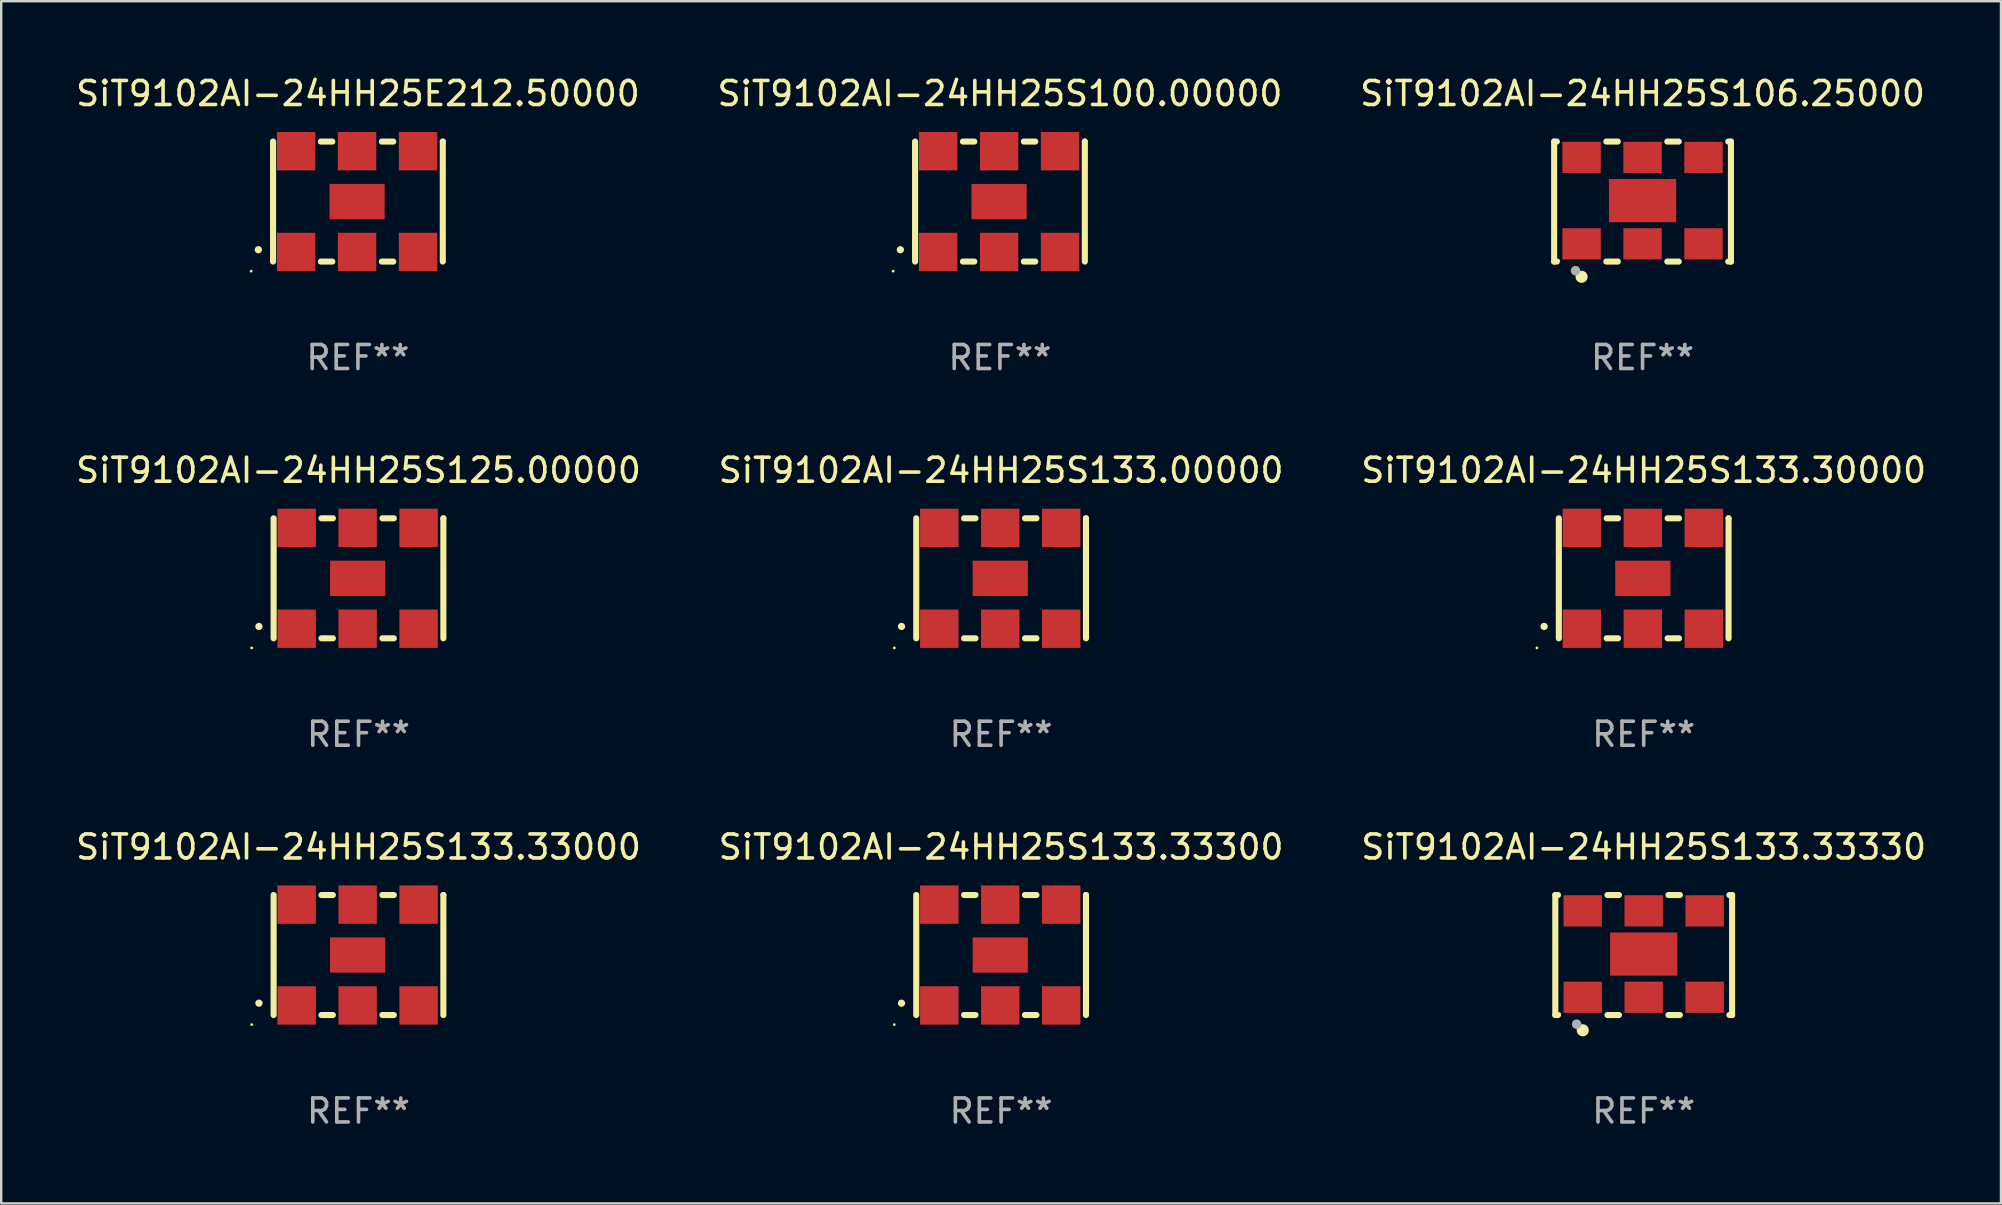
<source format=kicad_pcb>
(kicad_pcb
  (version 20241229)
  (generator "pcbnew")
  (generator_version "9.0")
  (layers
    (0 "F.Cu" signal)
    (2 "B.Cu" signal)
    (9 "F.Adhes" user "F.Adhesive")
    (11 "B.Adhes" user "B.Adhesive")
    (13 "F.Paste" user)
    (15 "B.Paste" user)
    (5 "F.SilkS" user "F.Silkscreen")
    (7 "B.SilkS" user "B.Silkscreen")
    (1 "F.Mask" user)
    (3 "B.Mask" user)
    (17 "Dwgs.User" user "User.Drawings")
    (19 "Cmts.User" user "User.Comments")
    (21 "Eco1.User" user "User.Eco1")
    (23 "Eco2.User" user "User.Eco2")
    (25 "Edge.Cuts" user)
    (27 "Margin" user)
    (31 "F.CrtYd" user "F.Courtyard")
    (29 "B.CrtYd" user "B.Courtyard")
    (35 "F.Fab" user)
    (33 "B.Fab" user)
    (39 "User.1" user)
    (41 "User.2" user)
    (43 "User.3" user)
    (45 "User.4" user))
  (footprint "SiT9102AI-24HH25E212.50000"
    (layer "F.Cu")
    (at 11.863 5.348)
    (property "Reference" "SiT9102AI-24HH25E212.50000" (at 0 -4.5 0) (layer "F.SilkS") (effects (font (size 1 1) (thickness 0.15))))
    (attr through_hole)
    (fp_line (start -3.536 -2.5) (end -3.536 2.5) (stroke (width 0.254) (type solid)) (layer "F.SilkS"))
    (fp_line (start -1.544 2.5) (end -1.067 2.5) (stroke (width 0.254) (type solid)) (layer "F.SilkS"))
    (fp_line (start -1.067 -2.5) (end -1.544 -2.5) (stroke (width 0.254) (type solid)) (layer "F.SilkS"))
    (fp_line (start 0.996 2.5) (end 1.473 2.5) (stroke (width 0.254) (type solid)) (layer "F.SilkS"))
    (fp_line (start 1.473 -2.5) (end 0.996 -2.5) (stroke (width 0.254) (type solid)) (layer "F.SilkS"))
    (fp_line (start 3.536 -2.5) (end 3.536 -2.5) (stroke (width 0.254) (type solid)) (layer "F.SilkS"))
    (fp_line (start 3.536 2.5) (end 3.536 -2.5) (stroke (width 0.254) (type solid)) (layer "F.SilkS"))
    (fp_arc (start -4.150432 2.006604) (mid -4.149162 2.006599) (end -4.147892 2.006604) (stroke (width 0.3) (type solid)) (layer "F.SilkS"))
    (fp_circle (center -4.449 2.9) (end -4.419 2.9) (stroke (width 0.06) (type solid)) (fill no) (layer "F.SilkS"))
    (fp_text user "REF**" (at 0 6.5 0) (layer "F.Fab") (effects (font (size 1 1) (thickness 0.15))))
    (pad "1" smd rect (at -2.576 2.1) (size 1.6 1.6) (layers "F.Cu" "F.Mask" "F.Paste"))
    (pad "2" smd rect (at -0.036 2.1) (size 1.6 1.6) (layers "F.Cu" "F.Mask" "F.Paste"))
    (pad "3" smd rect (at 2.504 2.1) (size 1.6 1.6) (layers "F.Cu" "F.Mask" "F.Paste"))
    (pad "4" smd rect (at 2.504 -2.1) (size 1.6 1.6) (layers "F.Cu" "F.Mask" "F.Paste"))
    (pad "5" smd rect (at -0.036 -2.1) (size 1.6 1.6) (layers "F.Cu" "F.Mask" "F.Paste"))
    (pad "6" smd rect (at -2.576 -2.1) (size 1.6 1.6) (layers "F.Cu" "F.Mask" "F.Paste"))
    (pad "7" smd rect (at -0.036 0) (size 2.3 1.47) (layers "F.Cu" "F.Mask" "F.Paste")))
  (footprint "SiT9102AI-24HH25S133.33000"
    (layer "F.Cu")
    (at 11.887 36.741)
    (property "Reference" "SiT9102AI-24HH25S133.33000" (at 0 -4.5 0) (layer "F.SilkS") (effects (font (size 1 1) (thickness 0.15))))
    (attr through_hole)
    (fp_line (start -3.536 -2.5) (end -3.536 2.5) (stroke (width 0.254) (type solid)) (layer "F.SilkS"))
    (fp_line (start -1.544 2.5) (end -1.067 2.5) (stroke (width 0.254) (type solid)) (layer "F.SilkS"))
    (fp_line (start -1.067 -2.5) (end -1.544 -2.5) (stroke (width 0.254) (type solid)) (layer "F.SilkS"))
    (fp_line (start 0.996 2.5) (end 1.473 2.5) (stroke (width 0.254) (type solid)) (layer "F.SilkS"))
    (fp_line (start 1.473 -2.5) (end 0.996 -2.5) (stroke (width 0.254) (type solid)) (layer "F.SilkS"))
    (fp_line (start 3.536 -2.5) (end 3.536 -2.5) (stroke (width 0.254) (type solid)) (layer "F.SilkS"))
    (fp_line (start 3.536 2.5) (end 3.536 -2.5) (stroke (width 0.254) (type solid)) (layer "F.SilkS"))
    (fp_arc (start -4.150432 2.006604) (mid -4.149162 2.006599) (end -4.147892 2.006604) (stroke (width 0.3) (type solid)) (layer "F.SilkS"))
    (fp_circle (center -4.449 2.9) (end -4.419 2.9) (stroke (width 0.06) (type solid)) (fill no) (layer "F.SilkS"))
    (fp_text user "REF**" (at 0 6.5 0) (layer "F.Fab") (effects (font (size 1 1) (thickness 0.15))))
    (pad "1" smd rect (at -2.576 2.1) (size 1.6 1.6) (layers "F.Cu" "F.Mask" "F.Paste"))
    (pad "2" smd rect (at -0.036 2.1) (size 1.6 1.6) (layers "F.Cu" "F.Mask" "F.Paste"))
    (pad "3" smd rect (at 2.504 2.1) (size 1.6 1.6) (layers "F.Cu" "F.Mask" "F.Paste"))
    (pad "4" smd rect (at 2.504 -2.1) (size 1.6 1.6) (layers "F.Cu" "F.Mask" "F.Paste"))
    (pad "5" smd rect (at -0.036 -2.1) (size 1.6 1.6) (layers "F.Cu" "F.Mask" "F.Paste"))
    (pad "6" smd rect (at -2.576 -2.1) (size 1.6 1.6) (layers "F.Cu" "F.Mask" "F.Paste"))
    (pad "7" smd rect (at -0.036 0) (size 2.3 1.47) (layers "F.Cu" "F.Mask" "F.Paste")))
  (footprint "SiT9102AI-24HH25S106.25000"
    (layer "F.Cu")
    (at 65.387 5.348)
    (property "Reference" "SiT9102AI-24HH25S106.25000" (at 0 -4.5 0) (layer "F.SilkS") (effects (font (size 1 1) (thickness 0.15))))
    (attr through_hole)
    (fp_line (start -3.683 -2.5) (end -3.571 -2.5) (stroke (width 0.254) (type solid)) (layer "F.SilkS"))
    (fp_line (start -3.683 2.5) (end -3.683 -2.5) (stroke (width 0.254) (type solid)) (layer "F.SilkS"))
    (fp_line (start -3.683 2.5) (end -3.571 2.5) (stroke (width 0.254) (type solid)) (layer "F.SilkS"))
    (fp_line (start -1.509 -2.5) (end -1.031 -2.5) (stroke (width 0.254) (type solid)) (layer "F.SilkS"))
    (fp_line (start -1.509 2.5) (end -1.031 2.5) (stroke (width 0.254) (type solid)) (layer "F.SilkS"))
    (fp_line (start 1.031 -2.5) (end 1.509 -2.5) (stroke (width 0.254) (type solid)) (layer "F.SilkS"))
    (fp_line (start 1.031 2.5) (end 1.509 2.5) (stroke (width 0.254) (type solid)) (layer "F.SilkS"))
    (fp_line (start 3.571 -2.5) (end 3.683 -2.5) (stroke (width 0.254) (type solid)) (layer "F.SilkS"))
    (fp_line (start 3.571 2.5) (end 3.683 2.5) (stroke (width 0.254) (type solid)) (layer "F.SilkS"))
    (fp_line (start 3.683 2.5) (end 3.683 -2.5) (stroke (width 0.254) (type solid)) (layer "F.SilkS"))
    (fp_circle (center -3.5 2.46) (end -3.47 2.46) (stroke (width 0.06) (type solid)) (fill no) (layer "F.SilkS"))
    (fp_circle (center -2.54 3.135) (end -2.413 3.135) (stroke (width 0.254) (type solid)) (fill no) (layer "F.SilkS"))
    (fp_circle (center -2.794 2.881) (end -2.694 2.881) (stroke (width 0.2) (type solid)) (fill no) (layer "F.Fab"))
    (fp_text user "REF**" (at 0 6.5 0) (layer "F.Fab") (effects (font (size 1 1) (thickness 0.15))))
    (pad "1" smd rect (at -2.54 1.76) (size 1.6 1.3) (layers "F.Cu" "F.Mask" "F.Paste"))
    (pad "2" smd rect (at 0 1.76) (size 1.6 1.3) (layers "F.Cu" "F.Mask" "F.Paste"))
    (pad "3" smd rect (at 2.54 1.76) (size 1.6 1.3) (layers "F.Cu" "F.Mask" "F.Paste"))
    (pad "4" smd rect (at 2.54 -1.84) (size 1.6 1.3) (layers "F.Cu" "F.Mask" "F.Paste"))
    (pad "5" smd rect (at 0 -1.84) (size 1.6 1.3) (layers "F.Cu" "F.Mask" "F.Paste"))
    (pad "6" smd rect (at -2.54 -1.84) (size 1.6 1.3) (layers "F.Cu" "F.Mask" "F.Paste"))
    (pad "7" smd rect (at 0 -0.04) (size 2.8 1.8) (layers "F.Cu" "F.Mask" "F.Paste")))
  (footprint "SiT9102AI-24HH25S133.00000"
    (layer "F.Cu")
    (at 38.661 21.045)
    (property "Reference" "SiT9102AI-24HH25S133.00000" (at 0 -4.5 0) (layer "F.SilkS") (effects (font (size 1 1) (thickness 0.15))))
    (attr through_hole)
    (fp_line (start -3.536 -2.5) (end -3.536 2.5) (stroke (width 0.254) (type solid)) (layer "F.SilkS"))
    (fp_line (start -1.544 2.5) (end -1.067 2.5) (stroke (width 0.254) (type solid)) (layer "F.SilkS"))
    (fp_line (start -1.067 -2.5) (end -1.544 -2.5) (stroke (width 0.254) (type solid)) (layer "F.SilkS"))
    (fp_line (start 0.996 2.5) (end 1.473 2.5) (stroke (width 0.254) (type solid)) (layer "F.SilkS"))
    (fp_line (start 1.473 -2.5) (end 0.996 -2.5) (stroke (width 0.254) (type solid)) (layer "F.SilkS"))
    (fp_line (start 3.536 -2.5) (end 3.536 -2.5) (stroke (width 0.254) (type solid)) (layer "F.SilkS"))
    (fp_line (start 3.536 2.5) (end 3.536 -2.5) (stroke (width 0.254) (type solid)) (layer "F.SilkS"))
    (fp_arc (start -4.150432 2.006604) (mid -4.149162 2.006599) (end -4.147892 2.006604) (stroke (width 0.3) (type solid)) (layer "F.SilkS"))
    (fp_circle (center -4.449 2.9) (end -4.419 2.9) (stroke (width 0.06) (type solid)) (fill no) (layer "F.SilkS"))
    (fp_text user "REF**" (at 0 6.5 0) (layer "F.Fab") (effects (font (size 1 1) (thickness 0.15))))
    (pad "1" smd rect (at -2.576 2.1) (size 1.6 1.6) (layers "F.Cu" "F.Mask" "F.Paste"))
    (pad "2" smd rect (at -0.036 2.1) (size 1.6 1.6) (layers "F.Cu" "F.Mask" "F.Paste"))
    (pad "3" smd rect (at 2.504 2.1) (size 1.6 1.6) (layers "F.Cu" "F.Mask" "F.Paste"))
    (pad "4" smd rect (at 2.504 -2.1) (size 1.6 1.6) (layers "F.Cu" "F.Mask" "F.Paste"))
    (pad "5" smd rect (at -0.036 -2.1) (size 1.6 1.6) (layers "F.Cu" "F.Mask" "F.Paste"))
    (pad "6" smd rect (at -2.576 -2.1) (size 1.6 1.6) (layers "F.Cu" "F.Mask" "F.Paste"))
    (pad "7" smd rect (at -0.036 0) (size 2.3 1.47) (layers "F.Cu" "F.Mask" "F.Paste")))
  (footprint "SiT9102AI-24HH25S100.00000"
    (layer "F.Cu")
    (at 38.613 5.348)
    (property "Reference" "SiT9102AI-24HH25S100.00000" (at 0 -4.5 0) (layer "F.SilkS") (effects (font (size 1 1) (thickness 0.15))))
    (attr through_hole)
    (fp_line (start -3.536 -2.5) (end -3.536 2.5) (stroke (width 0.254) (type solid)) (layer "F.SilkS"))
    (fp_line (start -1.544 2.5) (end -1.067 2.5) (stroke (width 0.254) (type solid)) (layer "F.SilkS"))
    (fp_line (start -1.067 -2.5) (end -1.544 -2.5) (stroke (width 0.254) (type solid)) (layer "F.SilkS"))
    (fp_line (start 0.996 2.5) (end 1.473 2.5) (stroke (width 0.254) (type solid)) (layer "F.SilkS"))
    (fp_line (start 1.473 -2.5) (end 0.996 -2.5) (stroke (width 0.254) (type solid)) (layer "F.SilkS"))
    (fp_line (start 3.536 -2.5) (end 3.536 -2.5) (stroke (width 0.254) (type solid)) (layer "F.SilkS"))
    (fp_line (start 3.536 2.5) (end 3.536 -2.5) (stroke (width 0.254) (type solid)) (layer "F.SilkS"))
    (fp_arc (start -4.150432 2.006604) (mid -4.149162 2.006599) (end -4.147892 2.006604) (stroke (width 0.3) (type solid)) (layer "F.SilkS"))
    (fp_circle (center -4.449 2.9) (end -4.419 2.9) (stroke (width 0.06) (type solid)) (fill no) (layer "F.SilkS"))
    (fp_text user "REF**" (at 0 6.5 0) (layer "F.Fab") (effects (font (size 1 1) (thickness 0.15))))
    (pad "1" smd rect (at -2.576 2.1) (size 1.6 1.6) (layers "F.Cu" "F.Mask" "F.Paste"))
    (pad "2" smd rect (at -0.036 2.1) (size 1.6 1.6) (layers "F.Cu" "F.Mask" "F.Paste"))
    (pad "3" smd rect (at 2.504 2.1) (size 1.6 1.6) (layers "F.Cu" "F.Mask" "F.Paste"))
    (pad "4" smd rect (at 2.504 -2.1) (size 1.6 1.6) (layers "F.Cu" "F.Mask" "F.Paste"))
    (pad "5" smd rect (at -0.036 -2.1) (size 1.6 1.6) (layers "F.Cu" "F.Mask" "F.Paste"))
    (pad "6" smd rect (at -2.576 -2.1) (size 1.6 1.6) (layers "F.Cu" "F.Mask" "F.Paste"))
    (pad "7" smd rect (at -0.036 0) (size 2.3 1.47) (layers "F.Cu" "F.Mask" "F.Paste")))
  (footprint "SiT9102AI-24HH25S133.33300"
    (layer "F.Cu")
    (at 38.661 36.741)
    (property "Reference" "SiT9102AI-24HH25S133.33300" (at 0 -4.5 0) (layer "F.SilkS") (effects (font (size 1 1) (thickness 0.15))))
    (attr through_hole)
    (fp_line (start -3.536 -2.5) (end -3.536 2.5) (stroke (width 0.254) (type solid)) (layer "F.SilkS"))
    (fp_line (start -1.544 2.5) (end -1.067 2.5) (stroke (width 0.254) (type solid)) (layer "F.SilkS"))
    (fp_line (start -1.067 -2.5) (end -1.544 -2.5) (stroke (width 0.254) (type solid)) (layer "F.SilkS"))
    (fp_line (start 0.996 2.5) (end 1.473 2.5) (stroke (width 0.254) (type solid)) (layer "F.SilkS"))
    (fp_line (start 1.473 -2.5) (end 0.996 -2.5) (stroke (width 0.254) (type solid)) (layer "F.SilkS"))
    (fp_line (start 3.536 -2.5) (end 3.536 -2.5) (stroke (width 0.254) (type solid)) (layer "F.SilkS"))
    (fp_line (start 3.536 2.5) (end 3.536 -2.5) (stroke (width 0.254) (type solid)) (layer "F.SilkS"))
    (fp_arc (start -4.150432 2.006604) (mid -4.149162 2.006599) (end -4.147892 2.006604) (stroke (width 0.3) (type solid)) (layer "F.SilkS"))
    (fp_circle (center -4.449 2.9) (end -4.419 2.9) (stroke (width 0.06) (type solid)) (fill no) (layer "F.SilkS"))
    (fp_text user "REF**" (at 0 6.5 0) (layer "F.Fab") (effects (font (size 1 1) (thickness 0.15))))
    (pad "1" smd rect (at -2.576 2.1) (size 1.6 1.6) (layers "F.Cu" "F.Mask" "F.Paste"))
    (pad "2" smd rect (at -0.036 2.1) (size 1.6 1.6) (layers "F.Cu" "F.Mask" "F.Paste"))
    (pad "3" smd rect (at 2.504 2.1) (size 1.6 1.6) (layers "F.Cu" "F.Mask" "F.Paste"))
    (pad "4" smd rect (at 2.504 -2.1) (size 1.6 1.6) (layers "F.Cu" "F.Mask" "F.Paste"))
    (pad "5" smd rect (at -0.036 -2.1) (size 1.6 1.6) (layers "F.Cu" "F.Mask" "F.Paste"))
    (pad "6" smd rect (at -2.576 -2.1) (size 1.6 1.6) (layers "F.Cu" "F.Mask" "F.Paste"))
    (pad "7" smd rect (at -0.036 0) (size 2.3 1.47) (layers "F.Cu" "F.Mask" "F.Paste")))
  (footprint "SiT9102AI-24HH25S133.30000"
    (layer "F.Cu")
    (at 65.435 21.045)
    (property "Reference" "SiT9102AI-24HH25S133.30000" (at 0 -4.5 0) (layer "F.SilkS") (effects (font (size 1 1) (thickness 0.15))))
    (attr through_hole)
    (fp_line (start -3.536 -2.5) (end -3.536 2.5) (stroke (width 0.254) (type solid)) (layer "F.SilkS"))
    (fp_line (start -1.544 2.5) (end -1.067 2.5) (stroke (width 0.254) (type solid)) (layer "F.SilkS"))
    (fp_line (start -1.067 -2.5) (end -1.544 -2.5) (stroke (width 0.254) (type solid)) (layer "F.SilkS"))
    (fp_line (start 0.996 2.5) (end 1.473 2.5) (stroke (width 0.254) (type solid)) (layer "F.SilkS"))
    (fp_line (start 1.473 -2.5) (end 0.996 -2.5) (stroke (width 0.254) (type solid)) (layer "F.SilkS"))
    (fp_line (start 3.536 -2.5) (end 3.536 -2.5) (stroke (width 0.254) (type solid)) (layer "F.SilkS"))
    (fp_line (start 3.536 2.5) (end 3.536 -2.5) (stroke (width 0.254) (type solid)) (layer "F.SilkS"))
    (fp_arc (start -4.150432 2.006604) (mid -4.149162 2.006599) (end -4.147892 2.006604) (stroke (width 0.3) (type solid)) (layer "F.SilkS"))
    (fp_circle (center -4.449 2.9) (end -4.419 2.9) (stroke (width 0.06) (type solid)) (fill no) (layer "F.SilkS"))
    (fp_text user "REF**" (at 0 6.5 0) (layer "F.Fab") (effects (font (size 1 1) (thickness 0.15))))
    (pad "1" smd rect (at -2.576 2.1) (size 1.6 1.6) (layers "F.Cu" "F.Mask" "F.Paste"))
    (pad "2" smd rect (at -0.036 2.1) (size 1.6 1.6) (layers "F.Cu" "F.Mask" "F.Paste"))
    (pad "3" smd rect (at 2.504 2.1) (size 1.6 1.6) (layers "F.Cu" "F.Mask" "F.Paste"))
    (pad "4" smd rect (at 2.504 -2.1) (size 1.6 1.6) (layers "F.Cu" "F.Mask" "F.Paste"))
    (pad "5" smd rect (at -0.036 -2.1) (size 1.6 1.6) (layers "F.Cu" "F.Mask" "F.Paste"))
    (pad "6" smd rect (at -2.576 -2.1) (size 1.6 1.6) (layers "F.Cu" "F.Mask" "F.Paste"))
    (pad "7" smd rect (at -0.036 0) (size 2.3 1.47) (layers "F.Cu" "F.Mask" "F.Paste")))
  (footprint "SiT9102AI-24HH25S125.00000"
    (layer "F.Cu")
    (at 11.887 21.045)
    (property "Reference" "SiT9102AI-24HH25S125.00000" (at 0 -4.5 0) (layer "F.SilkS") (effects (font (size 1 1) (thickness 0.15))))
    (attr through_hole)
    (fp_line (start -3.536 -2.5) (end -3.536 2.5) (stroke (width 0.254) (type solid)) (layer "F.SilkS"))
    (fp_line (start -1.544 2.5) (end -1.067 2.5) (stroke (width 0.254) (type solid)) (layer "F.SilkS"))
    (fp_line (start -1.067 -2.5) (end -1.544 -2.5) (stroke (width 0.254) (type solid)) (layer "F.SilkS"))
    (fp_line (start 0.996 2.5) (end 1.473 2.5) (stroke (width 0.254) (type solid)) (layer "F.SilkS"))
    (fp_line (start 1.473 -2.5) (end 0.996 -2.5) (stroke (width 0.254) (type solid)) (layer "F.SilkS"))
    (fp_line (start 3.536 -2.5) (end 3.536 -2.5) (stroke (width 0.254) (type solid)) (layer "F.SilkS"))
    (fp_line (start 3.536 2.5) (end 3.536 -2.5) (stroke (width 0.254) (type solid)) (layer "F.SilkS"))
    (fp_arc (start -4.150432 2.006604) (mid -4.149162 2.006599) (end -4.147892 2.006604) (stroke (width 0.3) (type solid)) (layer "F.SilkS"))
    (fp_circle (center -4.449 2.9) (end -4.419 2.9) (stroke (width 0.06) (type solid)) (fill no) (layer "F.SilkS"))
    (fp_text user "REF**" (at 0 6.5 0) (layer "F.Fab") (effects (font (size 1 1) (thickness 0.15))))
    (pad "1" smd rect (at -2.576 2.1) (size 1.6 1.6) (layers "F.Cu" "F.Mask" "F.Paste"))
    (pad "2" smd rect (at -0.036 2.1) (size 1.6 1.6) (layers "F.Cu" "F.Mask" "F.Paste"))
    (pad "3" smd rect (at 2.504 2.1) (size 1.6 1.6) (layers "F.Cu" "F.Mask" "F.Paste"))
    (pad "4" smd rect (at 2.504 -2.1) (size 1.6 1.6) (layers "F.Cu" "F.Mask" "F.Paste"))
    (pad "5" smd rect (at -0.036 -2.1) (size 1.6 1.6) (layers "F.Cu" "F.Mask" "F.Paste"))
    (pad "6" smd rect (at -2.576 -2.1) (size 1.6 1.6) (layers "F.Cu" "F.Mask" "F.Paste"))
    (pad "7" smd rect (at -0.036 0) (size 2.3 1.47) (layers "F.Cu" "F.Mask" "F.Paste")))
  (footprint "SiT9102AI-24HH25S133.33330"
    (layer "F.Cu")
    (at 65.435 36.741)
    (property "Reference" "SiT9102AI-24HH25S133.33330" (at 0 -4.5 0) (layer "F.SilkS") (effects (font (size 1 1) (thickness 0.15))))
    (attr through_hole)
    (fp_line (start -3.683 -2.5) (end -3.571 -2.5) (stroke (width 0.254) (type solid)) (layer "F.SilkS"))
    (fp_line (start -3.683 2.5) (end -3.683 -2.5) (stroke (width 0.254) (type solid)) (layer "F.SilkS"))
    (fp_line (start -3.683 2.5) (end -3.571 2.5) (stroke (width 0.254) (type solid)) (layer "F.SilkS"))
    (fp_line (start -1.509 -2.5) (end -1.031 -2.5) (stroke (width 0.254) (type solid)) (layer "F.SilkS"))
    (fp_line (start -1.509 2.5) (end -1.031 2.5) (stroke (width 0.254) (type solid)) (layer "F.SilkS"))
    (fp_line (start 1.031 -2.5) (end 1.509 -2.5) (stroke (width 0.254) (type solid)) (layer "F.SilkS"))
    (fp_line (start 1.031 2.5) (end 1.509 2.5) (stroke (width 0.254) (type solid)) (layer "F.SilkS"))
    (fp_line (start 3.571 -2.5) (end 3.683 -2.5) (stroke (width 0.254) (type solid)) (layer "F.SilkS"))
    (fp_line (start 3.571 2.5) (end 3.683 2.5) (stroke (width 0.254) (type solid)) (layer "F.SilkS"))
    (fp_line (start 3.683 2.5) (end 3.683 -2.5) (stroke (width 0.254) (type solid)) (layer "F.SilkS"))
    (fp_circle (center -3.5 2.46) (end -3.47 2.46) (stroke (width 0.06) (type solid)) (fill no) (layer "F.SilkS"))
    (fp_circle (center -2.54 3.135) (end -2.413 3.135) (stroke (width 0.254) (type solid)) (fill no) (layer "F.SilkS"))
    (fp_circle (center -2.794 2.881) (end -2.694 2.881) (stroke (width 0.2) (type solid)) (fill no) (layer "F.Fab"))
    (fp_text user "REF**" (at 0 6.5 0) (layer "F.Fab") (effects (font (size 1 1) (thickness 0.15))))
    (pad "1" smd rect (at -2.54 1.76) (size 1.6 1.3) (layers "F.Cu" "F.Mask" "F.Paste"))
    (pad "2" smd rect (at 0 1.76) (size 1.6 1.3) (layers "F.Cu" "F.Mask" "F.Paste"))
    (pad "3" smd rect (at 2.54 1.76) (size 1.6 1.3) (layers "F.Cu" "F.Mask" "F.Paste"))
    (pad "4" smd rect (at 2.54 -1.84) (size 1.6 1.3) (layers "F.Cu" "F.Mask" "F.Paste"))
    (pad "5" smd rect (at 0 -1.84) (size 1.6 1.3) (layers "F.Cu" "F.Mask" "F.Paste"))
    (pad "6" smd rect (at -2.54 -1.84) (size 1.6 1.3) (layers "F.Cu" "F.Mask" "F.Paste"))
    (pad "7" smd rect (at 0 -0.04) (size 2.8 1.8) (layers "F.Cu" "F.Mask" "F.Paste")))
  (gr_rect
    (start -3 -3)
    (end 80.321 47.09)
    (stroke (width 0.1) (type default))
    (fill no)
    (layer "Edge.Cuts")))
</source>
